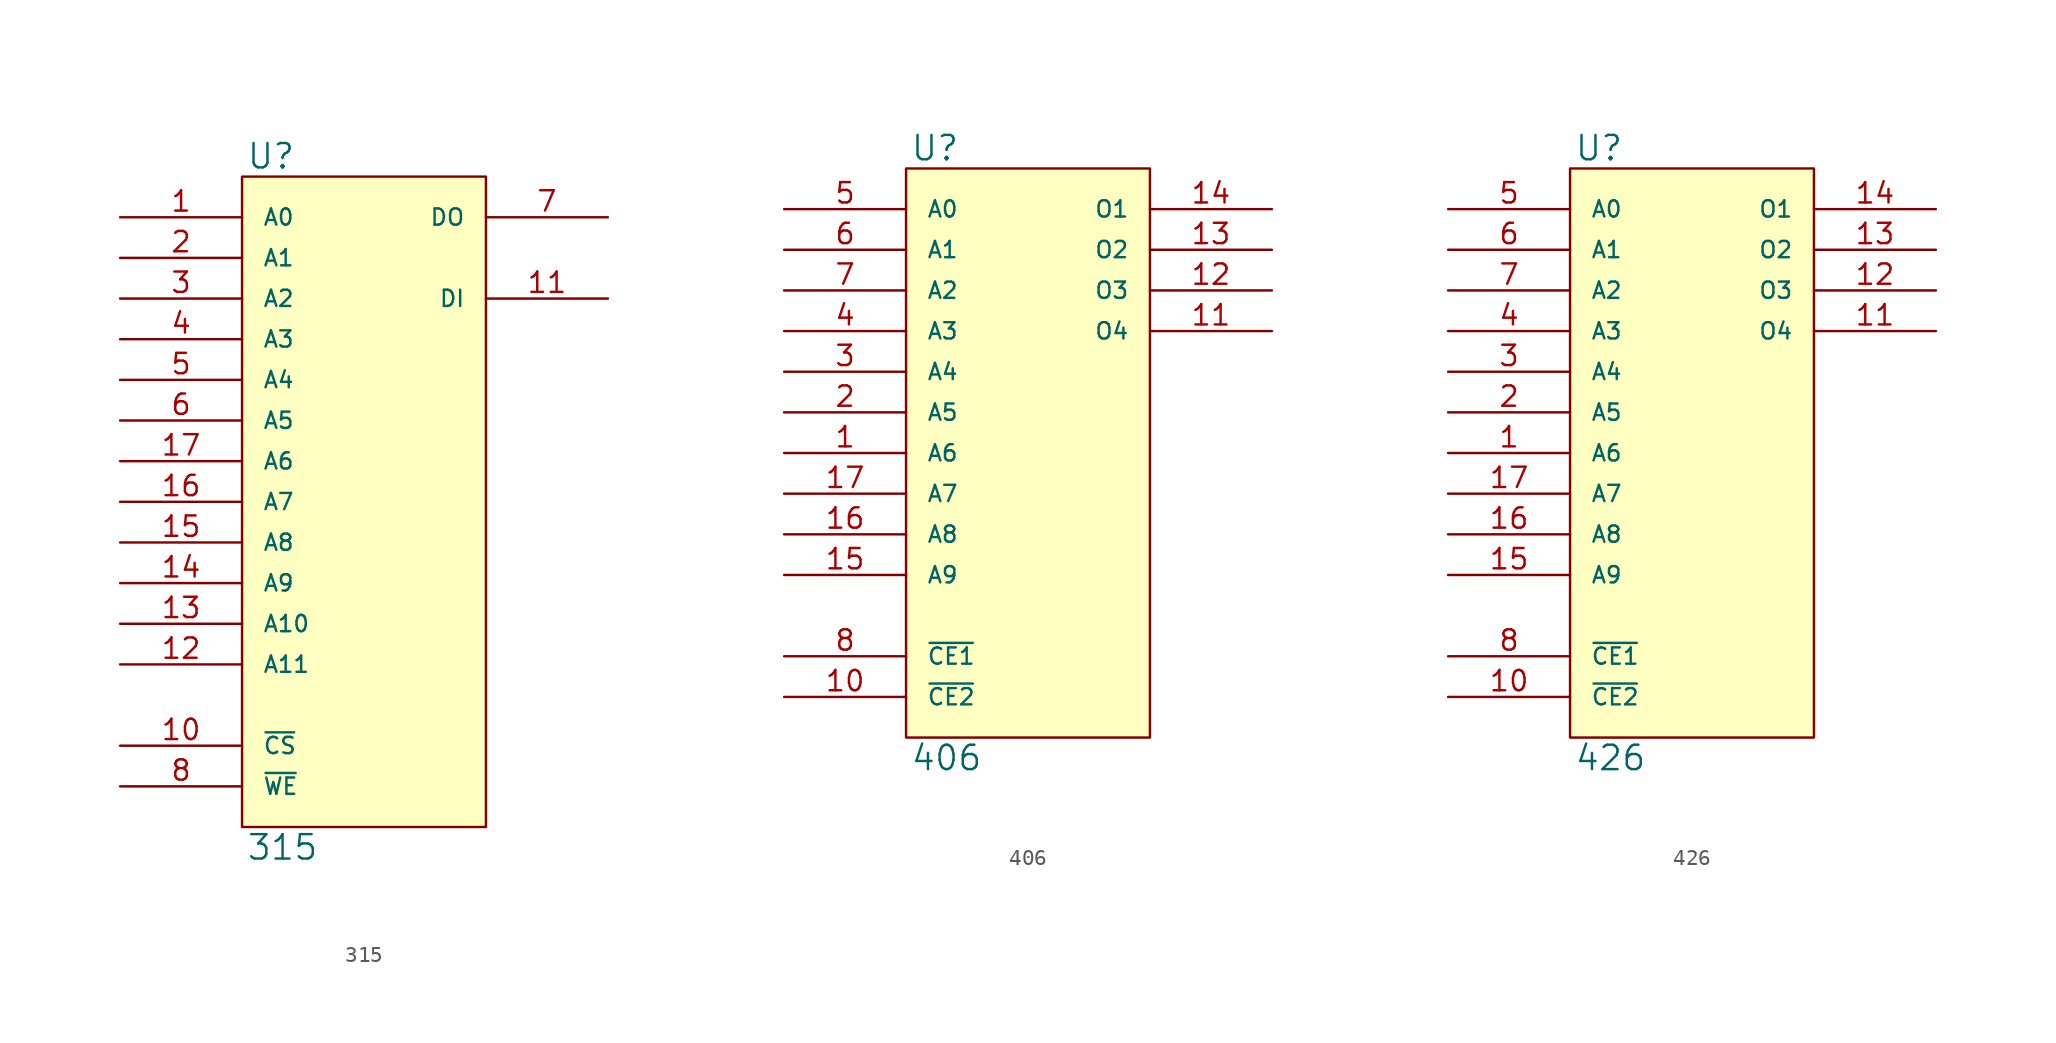
<source format=kicad_sym>
(kicad_symbol_lib
  (version 20231120)
  (generator "kicad_symbol_editor")
  (generator_version "8.0")
  (symbol "315"
    (pin_names
      (offset 1.27))
    (property "Reference" "U"
      (at 0.254 0.381 0)
      (effects (font (size 1.524 1.524)) (justify left bottom)))
    (property "Value" "315"
      (at 0.254 -41.021 0)
      (effects (font (size 1.524 1.524)) (justify left top)))
    (symbol "315_0_1"
      (rectangle (start 0 0) (end 15.24 -40.64) (stroke (width 0) (type solid)) (fill (type background))))
    (symbol "315_1_1"
      (pin input line (at -7.62 -2.54 0) (length 7.62) (name "A0" (effects (font (size 1.016 1.016)))) (number "1" (effects (font (size 1.27 1.27)))))
      (pin input line (at -7.62 -35.56 0) (length 7.62) (name "~{CS}" (effects (font (size 1.016 1.016)))) (number "10" (effects (font (size 1.27 1.27)))))
      (pin input line (at 22.86 -7.62 180) (length 7.62) (name "DI" (effects (font (size 1.016 1.016)))) (number "11" (effects (font (size 1.27 1.27)))))
      (pin input line (at -7.62 -30.48 0) (length 7.62) (name "A11" (effects (font (size 1.016 1.016)))) (number "12" (effects (font (size 1.27 1.27)))))
      (pin input line (at -7.62 -27.94 0) (length 7.62) (name "A10" (effects (font (size 1.016 1.016)))) (number "13" (effects (font (size 1.27 1.27)))))
      (pin input line (at -7.62 -25.4 0) (length 7.62) (name "A9" (effects (font (size 1.016 1.016)))) (number "14" (effects (font (size 1.27 1.27)))))
      (pin input line (at -7.62 -22.86 0) (length 7.62) (name "A8" (effects (font (size 1.016 1.016)))) (number "15" (effects (font (size 1.27 1.27)))))
      (pin input line (at -7.62 -20.32 0) (length 7.62) (name "A7" (effects (font (size 1.016 1.016)))) (number "16" (effects (font (size 1.27 1.27)))))
      (pin input line (at -7.62 -17.78 0) (length 7.62) (name "A6" (effects (font (size 1.016 1.016)))) (number "17" (effects (font (size 1.27 1.27)))))
      (pin power_in line (at 0 0 270) (length 0) hide (name "VCC" (effects (font (size 1.016 1.016)))) (number "18" (effects (font (size 1.27 1.27)))))
      (pin input line (at -7.62 -5.08 0) (length 7.62) (name "A1" (effects (font (size 1.016 1.016)))) (number "2" (effects (font (size 1.27 1.27)))))
      (pin input line (at -7.62 -7.62 0) (length 7.62) (name "A2" (effects (font (size 1.016 1.016)))) (number "3" (effects (font (size 1.27 1.27)))))
      (pin input line (at -7.62 -10.16 0) (length 7.62) (name "A3" (effects (font (size 1.016 1.016)))) (number "4" (effects (font (size 1.27 1.27)))))
      (pin input line (at -7.62 -12.7 0) (length 7.62) (name "A4" (effects (font (size 1.016 1.016)))) (number "5" (effects (font (size 1.27 1.27)))))
      (pin input line (at -7.62 -15.24 0) (length 7.62) (name "A5" (effects (font (size 1.016 1.016)))) (number "6" (effects (font (size 1.27 1.27)))))
      (pin tri_state line (at 22.86 -2.54 180) (length 7.62) (name "DO" (effects (font (size 1.016 1.016)))) (number "7" (effects (font (size 1.27 1.27)))))
      (pin input line (at -7.62 -38.1 0) (length 7.62) (name "~{WE}" (effects (font (size 1.016 1.016)))) (number "8" (effects (font (size 1.27 1.27)))))
      (pin power_in line (at 0 -40.64 90) (length 0) hide (name "GND" (effects (font (size 1.016 1.016)))) (number "9" (effects (font (size 1.27 1.27)))))))
  (symbol "406"
    (pin_names
      (offset 1.27))
    (property "Reference" "U"
      (at 0.254 0.381 0)
      (effects (font (size 1.524 1.524)) (justify left bottom)))
    (property "Value" "406"
      (at 0.254 -35.941 0)
      (effects (font (size 1.524 1.524)) (justify left top)))
    (symbol "406_0_1"
      (rectangle (start 0 0) (end 15.24 -35.56) (stroke (width 0) (type solid)) (fill (type background))))
    (symbol "406_1_1"
      (pin input line (at -7.62 -17.78 0) (length 7.62) (name "A6" (effects (font (size 1.016 1.016)))) (number "1" (effects (font (size 1.27 1.27)))))
      (pin input line (at -7.62 -33.02 0) (length 7.62) (name "~{CE2}" (effects (font (size 1.016 1.016)))) (number "10" (effects (font (size 1.27 1.27)))))
      (pin open_collector line (at 22.86 -10.16 180) (length 7.62) (name "O4" (effects (font (size 1.016 1.016)))) (number "11" (effects (font (size 1.27 1.27)))))
      (pin open_collector line (at 22.86 -7.62 180) (length 7.62) (name "O3" (effects (font (size 1.016 1.016)))) (number "12" (effects (font (size 1.27 1.27)))))
      (pin open_collector line (at 22.86 -5.08 180) (length 7.62) (name "O2" (effects (font (size 1.016 1.016)))) (number "13" (effects (font (size 1.27 1.27)))))
      (pin open_collector line (at 22.86 -2.54 180) (length 7.62) (name "O1" (effects (font (size 1.016 1.016)))) (number "14" (effects (font (size 1.27 1.27)))))
      (pin input line (at -7.62 -25.4 0) (length 7.62) (name "A9" (effects (font (size 1.016 1.016)))) (number "15" (effects (font (size 1.27 1.27)))))
      (pin input line (at -7.62 -22.86 0) (length 7.62) (name "A8" (effects (font (size 1.016 1.016)))) (number "16" (effects (font (size 1.27 1.27)))))
      (pin input line (at -7.62 -20.32 0) (length 7.62) (name "A7" (effects (font (size 1.016 1.016)))) (number "17" (effects (font (size 1.27 1.27)))))
      (pin power_in line (at 0 0 270) (length 0) hide (name "VCC" (effects (font (size 1.016 1.016)))) (number "18" (effects (font (size 1.27 1.27)))))
      (pin input line (at -7.62 -15.24 0) (length 7.62) (name "A5" (effects (font (size 1.016 1.016)))) (number "2" (effects (font (size 1.27 1.27)))))
      (pin input line (at -7.62 -12.7 0) (length 7.62) (name "A4" (effects (font (size 1.016 1.016)))) (number "3" (effects (font (size 1.27 1.27)))))
      (pin input line (at -7.62 -10.16 0) (length 7.62) (name "A3" (effects (font (size 1.016 1.016)))) (number "4" (effects (font (size 1.27 1.27)))))
      (pin input line (at -7.62 -2.54 0) (length 7.62) (name "A0" (effects (font (size 1.016 1.016)))) (number "5" (effects (font (size 1.27 1.27)))))
      (pin input line (at -7.62 -5.08 0) (length 7.62) (name "A1" (effects (font (size 1.016 1.016)))) (number "6" (effects (font (size 1.27 1.27)))))
      (pin input line (at -7.62 -7.62 0) (length 7.62) (name "A2" (effects (font (size 1.016 1.016)))) (number "7" (effects (font (size 1.27 1.27)))))
      (pin input line (at -7.62 -30.48 0) (length 7.62) (name "~{CE1}" (effects (font (size 1.016 1.016)))) (number "8" (effects (font (size 1.27 1.27)))))
      (pin power_in line (at 0 -35.56 90) (length 0) hide (name "GND" (effects (font (size 1.016 1.016)))) (number "9" (effects (font (size 1.27 1.27)))))))
  (symbol "426"
    (pin_names
      (offset 1.27))
    (property "Reference" "U"
      (at 0.254 0.381 0)
      (effects (font (size 1.524 1.524)) (justify left bottom)))
    (property "Value" "426"
      (at 0.254 -35.941 0)
      (effects (font (size 1.524 1.524)) (justify left top)))
    (symbol "426_0_1"
      (rectangle (start 0 0) (end 15.24 -35.56) (stroke (width 0) (type solid)) (fill (type background))))
    (symbol "426_1_1"
      (pin input line (at -7.62 -17.78 0) (length 7.62) (name "A6" (effects (font (size 1.016 1.016)))) (number "1" (effects (font (size 1.27 1.27)))))
      (pin input line (at -7.62 -33.02 0) (length 7.62) (name "~{CE2}" (effects (font (size 1.016 1.016)))) (number "10" (effects (font (size 1.27 1.27)))))
      (pin tri_state line (at 22.86 -10.16 180) (length 7.62) (name "O4" (effects (font (size 1.016 1.016)))) (number "11" (effects (font (size 1.27 1.27)))))
      (pin tri_state line (at 22.86 -7.62 180) (length 7.62) (name "O3" (effects (font (size 1.016 1.016)))) (number "12" (effects (font (size 1.27 1.27)))))
      (pin tri_state line (at 22.86 -5.08 180) (length 7.62) (name "O2" (effects (font (size 1.016 1.016)))) (number "13" (effects (font (size 1.27 1.27)))))
      (pin tri_state line (at 22.86 -2.54 180) (length 7.62) (name "O1" (effects (font (size 1.016 1.016)))) (number "14" (effects (font (size 1.27 1.27)))))
      (pin input line (at -7.62 -25.4 0) (length 7.62) (name "A9" (effects (font (size 1.016 1.016)))) (number "15" (effects (font (size 1.27 1.27)))))
      (pin input line (at -7.62 -22.86 0) (length 7.62) (name "A8" (effects (font (size 1.016 1.016)))) (number "16" (effects (font (size 1.27 1.27)))))
      (pin input line (at -7.62 -20.32 0) (length 7.62) (name "A7" (effects (font (size 1.016 1.016)))) (number "17" (effects (font (size 1.27 1.27)))))
      (pin power_in line (at 0 0 270) (length 0) hide (name "VCC" (effects (font (size 1.016 1.016)))) (number "18" (effects (font (size 1.27 1.27)))))
      (pin input line (at -7.62 -15.24 0) (length 7.62) (name "A5" (effects (font (size 1.016 1.016)))) (number "2" (effects (font (size 1.27 1.27)))))
      (pin input line (at -7.62 -12.7 0) (length 7.62) (name "A4" (effects (font (size 1.016 1.016)))) (number "3" (effects (font (size 1.27 1.27)))))
      (pin input line (at -7.62 -10.16 0) (length 7.62) (name "A3" (effects (font (size 1.016 1.016)))) (number "4" (effects (font (size 1.27 1.27)))))
      (pin input line (at -7.62 -2.54 0) (length 7.62) (name "A0" (effects (font (size 1.016 1.016)))) (number "5" (effects (font (size 1.27 1.27)))))
      (pin input line (at -7.62 -5.08 0) (length 7.62) (name "A1" (effects (font (size 1.016 1.016)))) (number "6" (effects (font (size 1.27 1.27)))))
      (pin input line (at -7.62 -7.62 0) (length 7.62) (name "A2" (effects (font (size 1.016 1.016)))) (number "7" (effects (font (size 1.27 1.27)))))
      (pin input line (at -7.62 -30.48 0) (length 7.62) (name "~{CE1}" (effects (font (size 1.016 1.016)))) (number "8" (effects (font (size 1.27 1.27)))))
      (pin power_in line (at 0 -35.56 90) (length 0) hide (name "GND" (effects (font (size 1.016 1.016)))) (number "9" (effects (font (size 1.27 1.27))))))))
</source>
